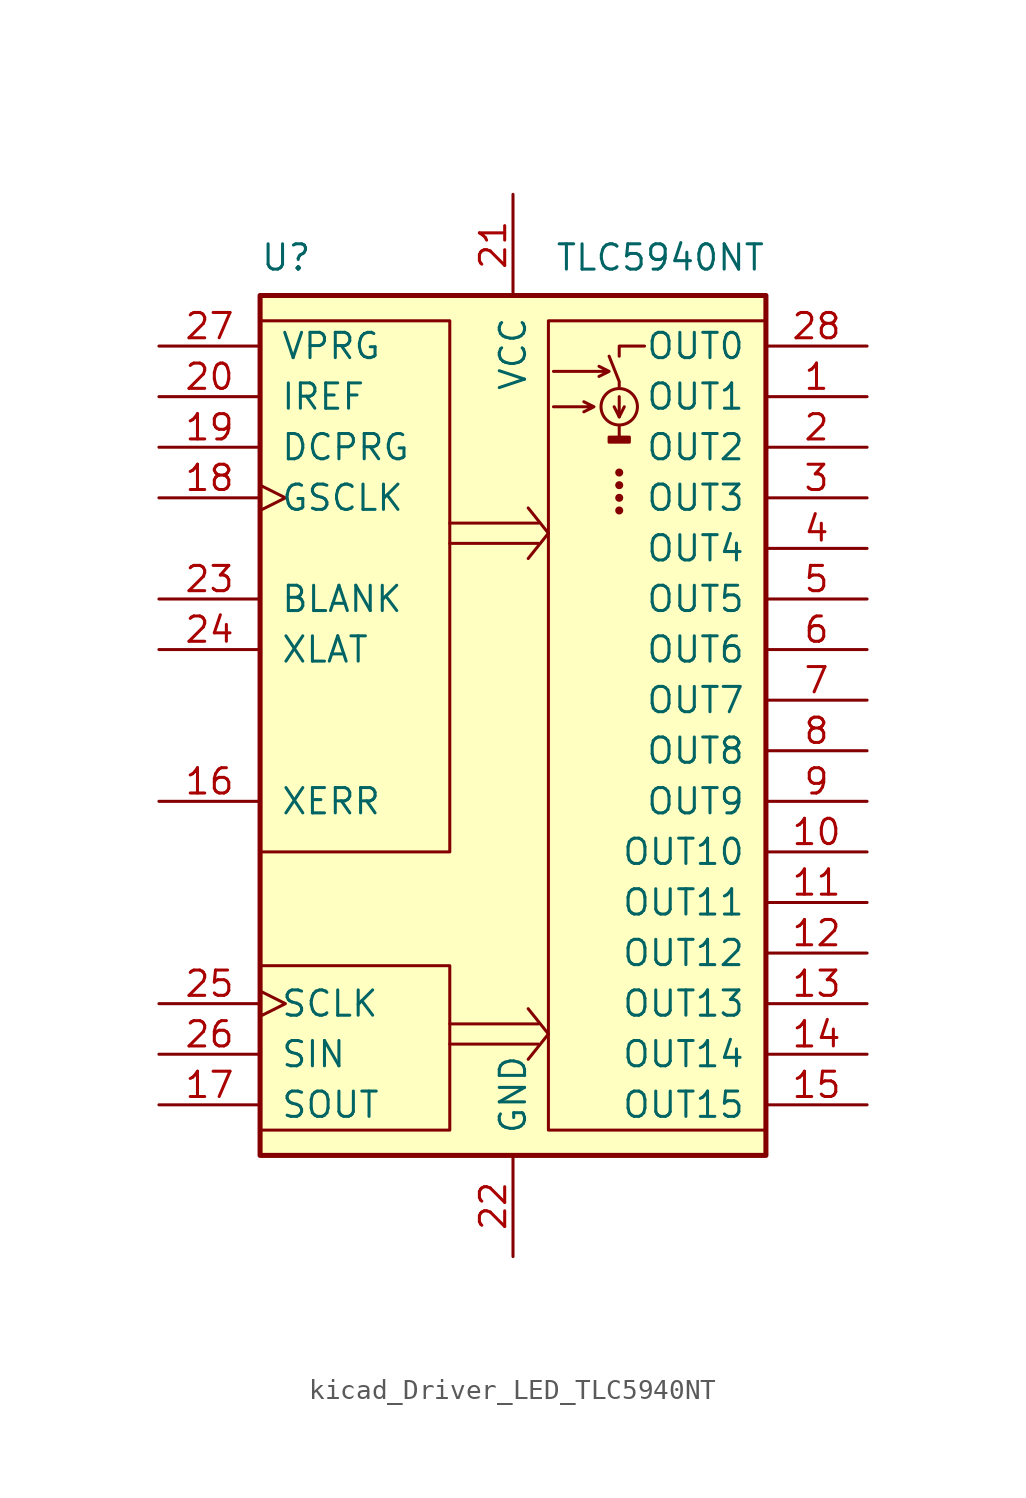
<source format=kicad_sym>
(kicad_symbol_lib
  (version 20220914)
  (generator kicad_symbol_editor)
  (symbol "kicad_Driver_LED_TLC5940NT"
    (pin_names
      (offset 1.016))
    (property "Reference" "U"
      (at -12.7 22.225 0)
      (effects (font (size 1.27 1.27)) (justify left)))
    (property "Value" "TLC5940NT"
      (at 12.7 22.225 0)
      (effects (font (size 1.27 1.27)) (justify right)))
    (symbol "kicad_Driver_LED_TLC5940NT_0_1"
      (rectangle (start -12.7 -21.59) (end -3.175 -13.335) (stroke (width 0) (type default)) (fill (type none)))
      (rectangle (start -12.7 19.05) (end -3.175 -7.62) (stroke (width 0) (type default)) (fill (type none)))
      (rectangle (start -12.7 20.32) (end 12.7 -22.86) (stroke (width 0.254) (type default)) (fill (type background)))
      (polyline (pts (xy -3.175 -16.256) (xy 1.27 -16.256)) (stroke (width 0) (type default)) (fill (type none)))
      (polyline (pts (xy -3.175 8.89) (xy 1.27 8.89)) (stroke (width 0) (type default)) (fill (type none)))
      (polyline (pts (xy 1.27 -17.272) (xy -3.175 -17.272)) (stroke (width 0) (type default)) (fill (type none)))
      (polyline (pts (xy 1.27 7.874) (xy -3.175 7.874)) (stroke (width 0) (type default)) (fill (type none)))
      (polyline (pts (xy 1.778 -16.764) (xy 0.762 -18.034)) (stroke (width 0) (type default)) (fill (type none)))
      (polyline (pts (xy 1.778 -16.764) (xy 0.762 -15.494)) (stroke (width 0) (type default)) (fill (type none)))
      (polyline (pts (xy 1.778 8.382) (xy 0.762 7.112)) (stroke (width 0) (type default)) (fill (type none)))
      (polyline (pts (xy 1.778 8.382) (xy 0.762 9.652)) (stroke (width 0) (type default)) (fill (type none)))
      (polyline (pts (xy 5.334 13.716) (xy 5.334 13.208)) (stroke (width 0) (type default)) (fill (type none)))
      (polyline (pts (xy 5.334 14.224) (xy 5.588 14.732)) (stroke (width 0) (type default)) (fill (type none)))
      (polyline (pts (xy 5.334 15.24) (xy 5.334 14.224) (xy 5.08 14.732)) (stroke (width 0) (type default)) (fill (type none)))
      (polyline (pts (xy 5.334 15.748) (xy 5.334 16.002) (xy 4.826 17.272)) (stroke (width 0) (type default)) (fill (type none)))
      (polyline (pts (xy 5.334 17.272) (xy 5.334 17.78) (xy 6.604 17.78)) (stroke (width 0) (type default)) (fill (type none)))
      (polyline (pts (xy 2.032 14.732) (xy 4.064 14.732) (xy 3.556 14.986) (xy 4.064 14.732) (xy 3.556 14.478)) (stroke (width 0) (type default)) (fill (type none)))
      (polyline (pts (xy 2.032 16.51) (xy 4.826 16.51) (xy 4.318 16.764) (xy 4.826 16.51) (xy 4.318 16.256)) (stroke (width 0) (type default)) (fill (type none)))
      (rectangle (start 1.778 19.05) (end 12.7 -21.59) (stroke (width 0) (type default)) (fill (type none)))
      (rectangle (start 4.826 13.208) (end 5.842 12.954) (stroke (width 0) (type default)) (fill (type outline)))
      (circle (center 5.334 9.525) (radius 0.127) (stroke (width 0) (type default)) (fill (type outline)))
      (circle (center 5.334 10.16) (radius 0.127) (stroke (width 0) (type default)) (fill (type outline)))
      (circle (center 5.334 10.795) (radius 0.127) (stroke (width 0) (type default)) (fill (type outline)))
      (circle (center 5.334 11.43) (radius 0.127) (stroke (width 0) (type default)) (fill (type outline)))
      (circle (center 5.334 14.732) (radius 0.914) (stroke (width 0) (type default)) (fill (type none))))
    (symbol "kicad_Driver_LED_TLC5940NT_1_1"
      (pin open_collector line (at 17.78 15.24 180) (length 5.08) (name "OUT1" (effects (font (size 1.27 1.27)))) (number "1" (effects (font (size 1.27 1.27)))))
      (pin open_collector line (at 17.78 -7.62 180) (length 5.08) (name "OUT10" (effects (font (size 1.27 1.27)))) (number "10" (effects (font (size 1.27 1.27)))))
      (pin open_collector line (at 17.78 -10.16 180) (length 5.08) (name "OUT11" (effects (font (size 1.27 1.27)))) (number "11" (effects (font (size 1.27 1.27)))))
      (pin open_collector line (at 17.78 -12.7 180) (length 5.08) (name "OUT12" (effects (font (size 1.27 1.27)))) (number "12" (effects (font (size 1.27 1.27)))))
      (pin open_collector line (at 17.78 -15.24 180) (length 5.08) (name "OUT13" (effects (font (size 1.27 1.27)))) (number "13" (effects (font (size 1.27 1.27)))))
      (pin open_collector line (at 17.78 -17.78 180) (length 5.08) (name "OUT14" (effects (font (size 1.27 1.27)))) (number "14" (effects (font (size 1.27 1.27)))))
      (pin open_collector line (at 17.78 -20.32 180) (length 5.08) (name "OUT15" (effects (font (size 1.27 1.27)))) (number "15" (effects (font (size 1.27 1.27)))))
      (pin open_collector line (at -17.78 -5.08 0) (length 5.08) (name "XERR" (effects (font (size 1.27 1.27)))) (number "16" (effects (font (size 1.27 1.27)))))
      (pin output line (at -17.78 -20.32 0) (length 5.08) (name "SOUT" (effects (font (size 1.27 1.27)))) (number "17" (effects (font (size 1.27 1.27)))))
      (pin input clock (at -17.78 10.16 0) (length 5.08) (name "GSCLK" (effects (font (size 1.27 1.27)))) (number "18" (effects (font (size 1.27 1.27)))))
      (pin input line (at -17.78 12.7 0) (length 5.08) (name "DCPRG" (effects (font (size 1.27 1.27)))) (number "19" (effects (font (size 1.27 1.27)))))
      (pin open_collector line (at 17.78 12.7 180) (length 5.08) (name "OUT2" (effects (font (size 1.27 1.27)))) (number "2" (effects (font (size 1.27 1.27)))))
      (pin input line (at -17.78 15.24 0) (length 5.08) (name "IREF" (effects (font (size 1.27 1.27)))) (number "20" (effects (font (size 1.27 1.27)))))
      (pin power_in line (at 0 25.4 270) (length 5.08) (name "VCC" (effects (font (size 1.27 1.27)))) (number "21" (effects (font (size 1.27 1.27)))))
      (pin power_in line (at 0 -27.94 90) (length 5.08) (name "GND" (effects (font (size 1.27 1.27)))) (number "22" (effects (font (size 1.27 1.27)))))
      (pin input line (at -17.78 5.08 0) (length 5.08) (name "BLANK" (effects (font (size 1.27 1.27)))) (number "23" (effects (font (size 1.27 1.27)))))
      (pin input line (at -17.78 2.54 0) (length 5.08) (name "XLAT" (effects (font (size 1.27 1.27)))) (number "24" (effects (font (size 1.27 1.27)))))
      (pin input clock (at -17.78 -15.24 0) (length 5.08) (name "SCLK" (effects (font (size 1.27 1.27)))) (number "25" (effects (font (size 1.27 1.27)))))
      (pin input line (at -17.78 -17.78 0) (length 5.08) (name "SIN" (effects (font (size 1.27 1.27)))) (number "26" (effects (font (size 1.27 1.27)))))
      (pin input line (at -17.78 17.78 0) (length 5.08) (name "VPRG" (effects (font (size 1.27 1.27)))) (number "27" (effects (font (size 1.27 1.27)))))
      (pin open_collector line (at 17.78 17.78 180) (length 5.08) (name "OUT0" (effects (font (size 1.27 1.27)))) (number "28" (effects (font (size 1.27 1.27)))))
      (pin open_collector line (at 17.78 10.16 180) (length 5.08) (name "OUT3" (effects (font (size 1.27 1.27)))) (number "3" (effects (font (size 1.27 1.27)))))
      (pin open_collector line (at 17.78 7.62 180) (length 5.08) (name "OUT4" (effects (font (size 1.27 1.27)))) (number "4" (effects (font (size 1.27 1.27)))))
      (pin open_collector line (at 17.78 5.08 180) (length 5.08) (name "OUT5" (effects (font (size 1.27 1.27)))) (number "5" (effects (font (size 1.27 1.27)))))
      (pin open_collector line (at 17.78 2.54 180) (length 5.08) (name "OUT6" (effects (font (size 1.27 1.27)))) (number "6" (effects (font (size 1.27 1.27)))))
      (pin open_collector line (at 17.78 0 180) (length 5.08) (name "OUT7" (effects (font (size 1.27 1.27)))) (number "7" (effects (font (size 1.27 1.27)))))
      (pin open_collector line (at 17.78 -2.54 180) (length 5.08) (name "OUT8" (effects (font (size 1.27 1.27)))) (number "8" (effects (font (size 1.27 1.27)))))
      (pin open_collector line (at 17.78 -5.08 180) (length 5.08) (name "OUT9" (effects (font (size 1.27 1.27)))) (number "9" (effects (font (size 1.27 1.27))))))))
</source>
